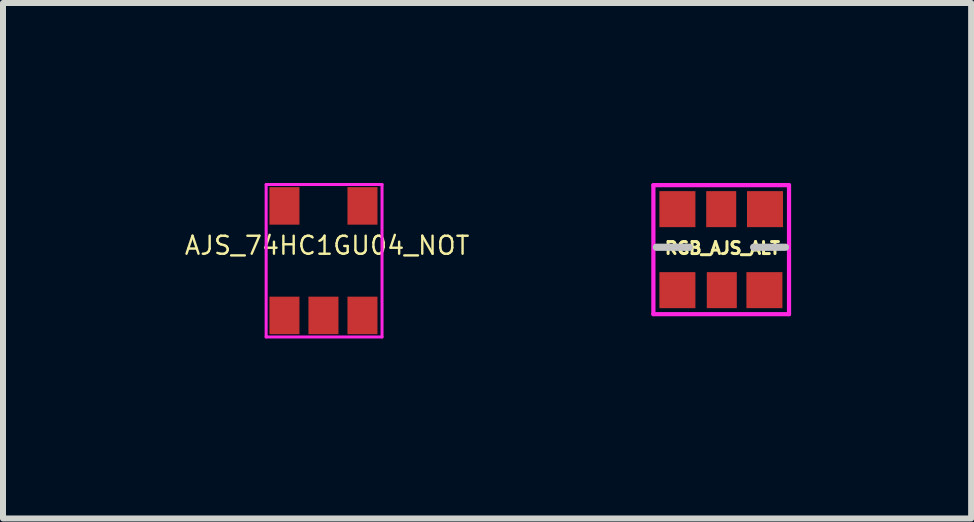
<source format=kicad_pcb>
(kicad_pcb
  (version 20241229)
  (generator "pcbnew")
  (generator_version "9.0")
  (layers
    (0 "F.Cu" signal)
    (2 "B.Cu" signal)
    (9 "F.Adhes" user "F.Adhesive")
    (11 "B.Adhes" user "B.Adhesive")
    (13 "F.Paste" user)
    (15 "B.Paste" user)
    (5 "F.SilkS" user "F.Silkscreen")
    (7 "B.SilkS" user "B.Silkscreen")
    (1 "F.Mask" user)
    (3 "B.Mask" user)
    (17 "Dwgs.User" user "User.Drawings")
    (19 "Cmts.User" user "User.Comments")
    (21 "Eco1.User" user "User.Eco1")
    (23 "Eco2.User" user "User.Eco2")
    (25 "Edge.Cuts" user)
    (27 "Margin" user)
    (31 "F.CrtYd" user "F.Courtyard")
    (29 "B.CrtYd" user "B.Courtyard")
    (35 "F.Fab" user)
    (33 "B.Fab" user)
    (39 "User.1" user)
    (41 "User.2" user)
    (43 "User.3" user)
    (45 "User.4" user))
  (footprint "RGB_AJS_ALT"
    (layer "F.Cu")
    (at 8.238 0.435)
    (property "Reference" "RGB_AJS_ALT" (at 0.75 0.65 0) (layer "F.SilkS") (effects (font (size 0.2 0.2) (thickness 0.05))))
    (attr through_hole)
    (fp_line (start -0.35 0.635) (end 0.2 0.635) (stroke (width 0.12) (type solid)) (layer "Dwgs.User"))
    (fp_line (start 1.8 0.635) (end 1.27 0.635) (stroke (width 0.12) (type solid)) (layer "Dwgs.User"))
    (fp_line (start -0.4 -0.4) (end -0.4 1.75) (stroke (width 0.07) (type solid)) (layer "F.CrtYd"))
    (fp_line (start -0.4 -0.4) (end 1.86 -0.4) (stroke (width 0.07) (type solid)) (layer "F.CrtYd"))
    (fp_line (start -0.4 1.75) (end 1.86 1.75) (stroke (width 0.07) (type solid)) (layer "F.CrtYd"))
    (fp_line (start 1.86 -0.4) (end 1.86 1.75) (stroke (width 0.07) (type solid)) (layer "F.CrtYd"))
    (pad "1" smd rect (at 0 1.35) (size 0.6 0.6) (layers "F.Cu" "F.Mask" "F.Paste"))
    (pad "2" smd rect (at 0.74 1.35) (size 0.5 0.6) (layers "F.Cu" "F.Mask" "F.Paste"))
    (pad "3" smd rect (at 1.45 1.35) (size 0.6 0.6) (layers "F.Cu" "F.Mask" "F.Paste"))
    (pad "4" smd rect (at 1.46 0) (size 0.6 0.6) (layers "F.Cu" "F.Mask" "F.Paste"))
    (pad "5" smd rect (at 0.73 0) (size 0.5 0.6) (layers "F.Cu" "F.Mask" "F.Paste"))
    (pad "6" smd rect (at 0 0) (size 0.6 0.6) (layers "F.Cu" "F.Mask" "F.Paste")))
  (footprint "AJS_74HC1GU04_NOT"
    (layer "F.Cu")
    (at 1.69 0.381)
    (property "Reference" "AJS_74HC1GU04_NOT" (at 0.711 0.66 0) (layer "F.SilkS") (effects (font (size 0.3 0.3) (thickness 0.04))))
    (attr through_hole)
    (fp_line (start -0.305 -0.356) (end 1.626 -0.356) (stroke (width 0.05) (type solid)) (layer "F.CrtYd"))
    (fp_line (start -0.305 2.184) (end -0.305 -0.356) (stroke (width 0.05) (type solid)) (layer "F.CrtYd"))
    (fp_line (start 1.626 -0.356) (end 1.626 2.184) (stroke (width 0.05) (type solid)) (layer "F.CrtYd"))
    (fp_line (start 1.626 2.184) (end -0.305 2.184) (stroke (width 0.05) (type solid)) (layer "F.CrtYd"))
    (pad "1" smd rect (at 0 1.825) (size 0.5 0.625) (layers "F.Cu" "F.Mask" "F.Paste"))
    (pad "2" smd rect (at 0.65 1.825) (size 0.5 0.625) (layers "F.Cu" "F.Mask" "F.Paste"))
    (pad "3" smd rect (at 1.3 1.825) (size 0.5 0.625) (layers "F.Cu" "F.Mask" "F.Paste"))
    (pad "4" smd rect (at 1.3 0) (size 0.5 0.625) (layers "F.Cu" "F.Mask" "F.Paste"))
    (pad "5" smd rect (at 0 0) (size 0.5 0.625) (layers "F.Cu" "F.Mask" "F.Paste")))
  (gr_rect
    (start -3 -3)
    (end 13.133 5.59)
    (stroke (width 0.1) (type default))
    (fill no)
    (layer "Edge.Cuts")))
</source>
